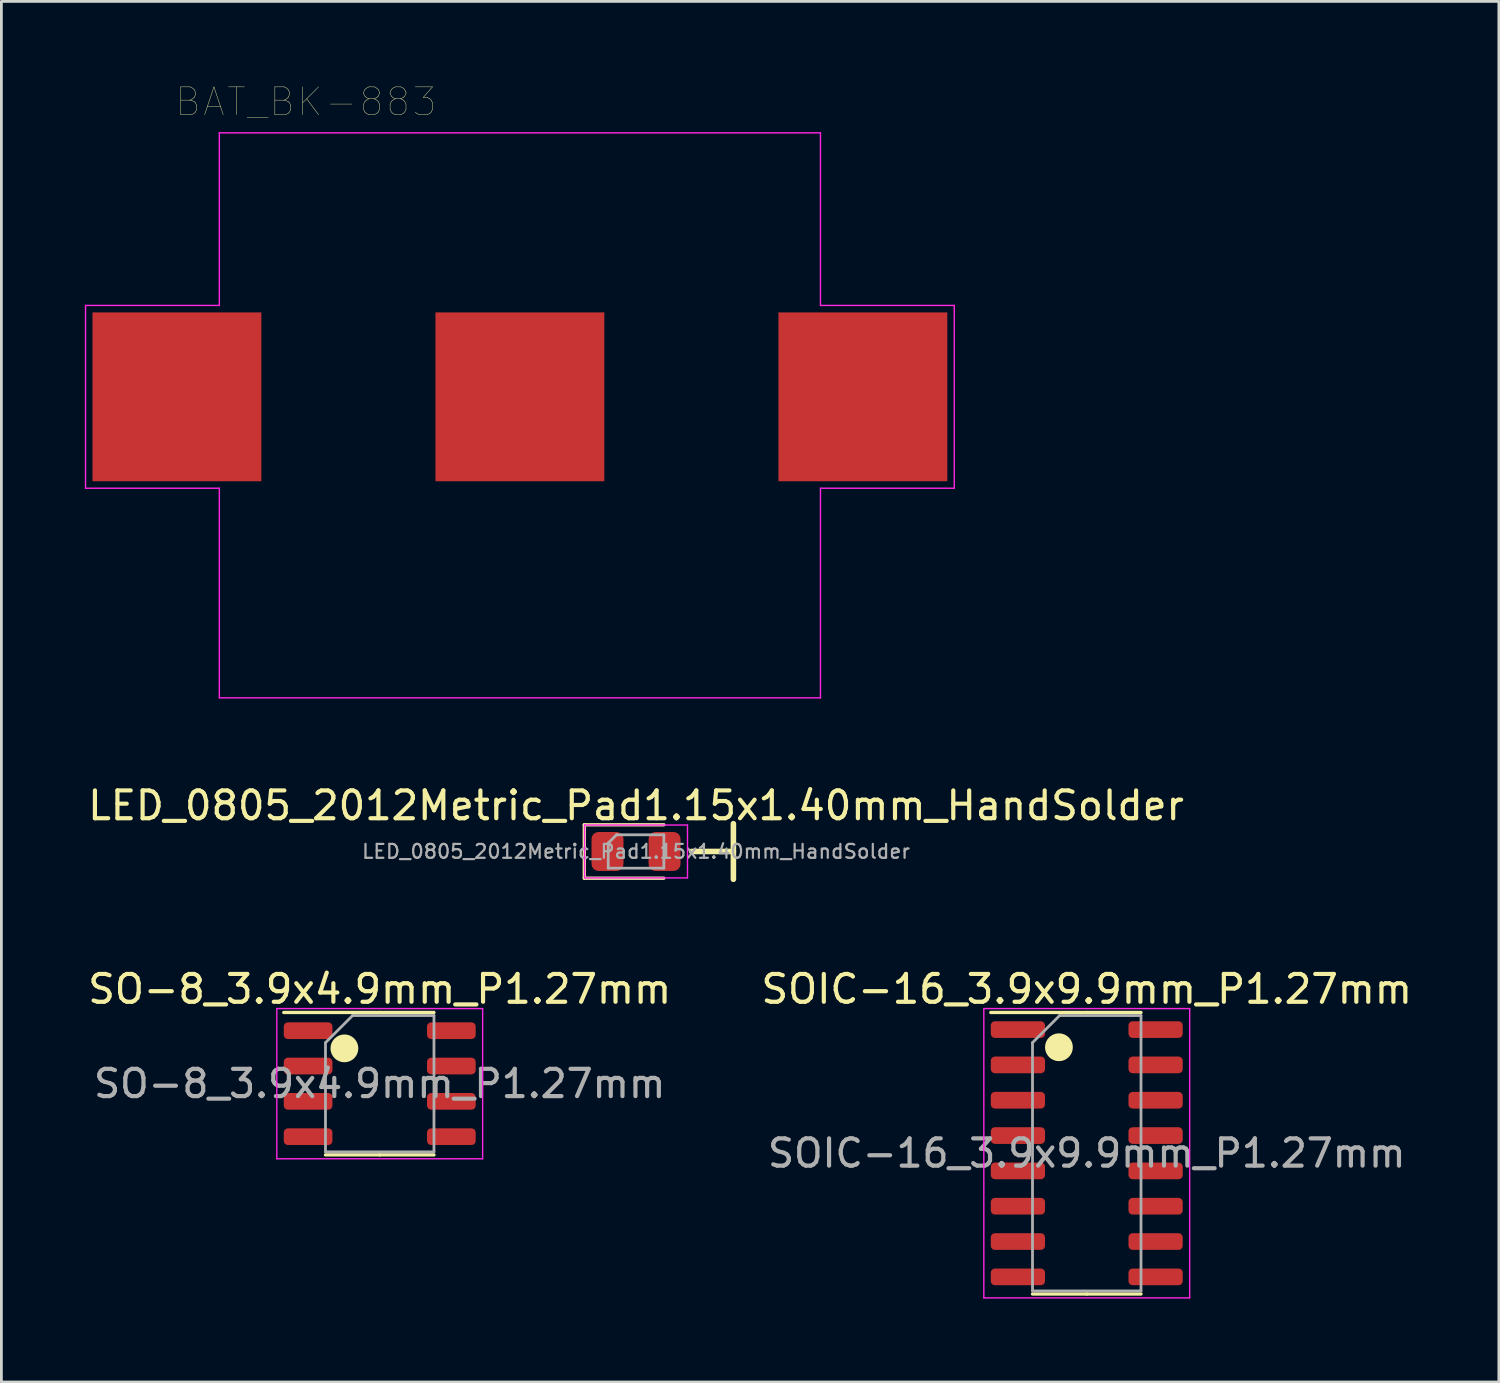
<source format=kicad_pcb>
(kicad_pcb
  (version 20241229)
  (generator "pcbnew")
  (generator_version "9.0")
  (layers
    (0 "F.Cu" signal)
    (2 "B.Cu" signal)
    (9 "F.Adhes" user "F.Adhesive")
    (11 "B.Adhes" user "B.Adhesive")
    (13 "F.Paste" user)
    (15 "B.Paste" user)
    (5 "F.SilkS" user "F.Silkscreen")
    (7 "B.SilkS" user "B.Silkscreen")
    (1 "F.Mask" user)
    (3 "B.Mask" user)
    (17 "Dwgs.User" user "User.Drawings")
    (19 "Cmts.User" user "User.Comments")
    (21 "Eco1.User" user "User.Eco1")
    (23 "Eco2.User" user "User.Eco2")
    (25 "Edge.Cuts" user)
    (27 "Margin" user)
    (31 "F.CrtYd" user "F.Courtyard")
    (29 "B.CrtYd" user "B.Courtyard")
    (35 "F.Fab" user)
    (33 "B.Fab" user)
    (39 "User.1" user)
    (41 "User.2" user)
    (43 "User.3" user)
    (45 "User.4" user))
  (footprint "SO-8_3.9x4.9mm_P1.27mm"
    (layer "F.Cu")
    (at 10.601 35.908)
    (property "Reference" "SO-8_3.9x4.9mm_P1.27mm" (at 0 -3.4 0) (layer "F.SilkS") (effects (font (size 1 1) (thickness 0.15))))
    (attr smd)
    (fp_line (start 0 -2.56) (end -3.45 -2.56) (stroke (width 0.12) (type solid)) (layer "F.SilkS"))
    (fp_line (start 0 -2.56) (end 1.95 -2.56) (stroke (width 0.12) (type solid)) (layer "F.SilkS"))
    (fp_line (start 0 2.56) (end -1.95 2.56) (stroke (width 0.12) (type solid)) (layer "F.SilkS"))
    (fp_line (start 0 2.56) (end 1.95 2.56) (stroke (width 0.12) (type solid)) (layer "F.SilkS"))
    (fp_circle (center -1.27 -1.27) (end -1.02 -1.27) (stroke (width 0.5) (type solid)) (fill no) (layer "F.SilkS"))
    (fp_line (start -3.7 -2.7) (end -3.7 2.7) (stroke (width 0.05) (type solid)) (layer "F.CrtYd"))
    (fp_line (start -3.7 2.7) (end 3.7 2.7) (stroke (width 0.05) (type solid)) (layer "F.CrtYd"))
    (fp_line (start 3.7 -2.7) (end -3.7 -2.7) (stroke (width 0.05) (type solid)) (layer "F.CrtYd"))
    (fp_line (start 3.7 2.7) (end 3.7 -2.7) (stroke (width 0.05) (type solid)) (layer "F.CrtYd"))
    (fp_line (start -1.95 -1.475) (end -0.975 -2.45) (stroke (width 0.1) (type solid)) (layer "F.Fab"))
    (fp_line (start -1.95 2.45) (end -1.95 -1.475) (stroke (width 0.1) (type solid)) (layer "F.Fab"))
    (fp_line (start -0.975 -2.45) (end 1.95 -2.45) (stroke (width 0.1) (type solid)) (layer "F.Fab"))
    (fp_line (start 1.95 -2.45) (end 1.95 2.45) (stroke (width 0.1) (type solid)) (layer "F.Fab"))
    (fp_line (start 1.95 2.45) (end -1.95 2.45) (stroke (width 0.1) (type solid)) (layer "F.Fab"))
    (fp_text user "${REFERENCE}" (at 0 0 0) (layer "F.Fab") (effects (font (size 0.98 0.98) (thickness 0.15))))
    (pad "1" smd roundrect (at -2.575 -1.905) (size 1.75 0.6) (layers "F.Cu" "F.Mask" "F.Paste") (roundrect_rratio 0.25))
    (pad "2" smd roundrect (at -2.575 -0.635) (size 1.75 0.6) (layers "F.Cu" "F.Mask" "F.Paste") (roundrect_rratio 0.25))
    (pad "3" smd roundrect (at -2.575 0.635) (size 1.75 0.6) (layers "F.Cu" "F.Mask" "F.Paste") (roundrect_rratio 0.25))
    (pad "4" smd roundrect (at -2.575 1.905) (size 1.75 0.6) (layers "F.Cu" "F.Mask" "F.Paste") (roundrect_rratio 0.25))
    (pad "5" smd roundrect (at 2.575 1.905) (size 1.75 0.6) (layers "F.Cu" "F.Mask" "F.Paste") (roundrect_rratio 0.25))
    (pad "6" smd roundrect (at 2.575 0.635) (size 1.75 0.6) (layers "F.Cu" "F.Mask" "F.Paste") (roundrect_rratio 0.25))
    (pad "7" smd roundrect (at 2.575 -0.635) (size 1.75 0.6) (layers "F.Cu" "F.Mask" "F.Paste") (roundrect_rratio 0.25))
    (pad "8" smd roundrect (at 2.575 -1.905) (size 1.75 0.6) (layers "F.Cu" "F.Mask" "F.Paste") (roundrect_rratio 0.25)))
  (footprint "BAT_BK-883"
    (layer "F.Cu")
    (at 15.64 11.216)
    (property "Reference" "BAT_BK-883" (at -7.69 -10.605 0) (layer "F.SilkS") (effects (font (size 1 1) (thickness 0.015))))
    (attr through_hole)
    (fp_line (start -15.615 -3.285) (end -15.615 3.285) (stroke (width 0.05) (type solid)) (layer "F.CrtYd"))
    (fp_line (start -15.615 3.285) (end -10.805 3.285) (stroke (width 0.05) (type solid)) (layer "F.CrtYd"))
    (fp_line (start -10.805 -9.49) (end -10.805 -3.285) (stroke (width 0.05) (type solid)) (layer "F.CrtYd"))
    (fp_line (start -10.805 -3.285) (end -15.615 -3.285) (stroke (width 0.05) (type solid)) (layer "F.CrtYd"))
    (fp_line (start -10.805 3.285) (end -10.805 10.82) (stroke (width 0.05) (type solid)) (layer "F.CrtYd"))
    (fp_line (start -10.805 10.82) (end 10.805 10.82) (stroke (width 0.05) (type solid)) (layer "F.CrtYd"))
    (fp_line (start 10.805 -9.49) (end -10.805 -9.49) (stroke (width 0.05) (type solid)) (layer "F.CrtYd"))
    (fp_line (start 10.805 -3.285) (end 10.805 -9.49) (stroke (width 0.05) (type solid)) (layer "F.CrtYd"))
    (fp_line (start 10.805 3.285) (end 15.615 3.285) (stroke (width 0.05) (type solid)) (layer "F.CrtYd"))
    (fp_line (start 10.805 10.82) (end 10.805 3.285) (stroke (width 0.05) (type solid)) (layer "F.CrtYd"))
    (fp_line (start 15.615 -3.285) (end 10.805 -3.285) (stroke (width 0.05) (type solid)) (layer "F.CrtYd"))
    (fp_line (start 15.615 3.285) (end 15.615 -3.285) (stroke (width 0.05) (type solid)) (layer "F.CrtYd"))
    (pad "-" smd rect (at 0 0) (size 6.07 6.07) (layers "F.Cu" "F.Mask"))
    (pad "S1+" smd rect (at -12.33 0) (size 6.07 6.07) (layers "F.Cu" "F.Mask" "F.Paste"))
    (pad "S2+" smd rect (at 12.33 0) (size 6.07 6.07) (layers "F.Cu" "F.Mask" "F.Paste")))
  (footprint "LED_0805_2012Metric_Pad1.15x1.40mm_HandSolder"
    (layer "F.Cu")
    (at 19.815 27.56)
    (property "Reference" "LED_0805_2012Metric_Pad1.15x1.40mm_HandSolder" (at 0 -1.65 0) (layer "F.SilkS") (effects (font (size 1 1) (thickness 0.15))))
    (attr smd)
    (fp_line (start -1.86 -0.96) (end -1.86 0.96) (stroke (width 0.12) (type solid)) (layer "F.SilkS"))
    (fp_line (start -1.86 0.96) (end 1 0.96) (stroke (width 0.12) (type solid)) (layer "F.SilkS"))
    (fp_line (start 1 -0.96) (end -1.86 -0.96) (stroke (width 0.12) (type solid)) (layer "F.SilkS"))
    (fp_line (start 2 0) (end 3.5 0) (stroke (width 0.2) (type solid)) (layer "F.SilkS"))
    (fp_line (start 3.5 -1) (end 3.5 1) (stroke (width 0.2) (type solid)) (layer "F.SilkS"))
    (fp_line (start -1.85 -0.95) (end 1.85 -0.95) (stroke (width 0.05) (type solid)) (layer "F.CrtYd"))
    (fp_line (start -1.85 0.95) (end -1.85 -0.95) (stroke (width 0.05) (type solid)) (layer "F.CrtYd"))
    (fp_line (start 1.85 -0.95) (end 1.85 0.95) (stroke (width 0.05) (type solid)) (layer "F.CrtYd"))
    (fp_line (start 1.85 0.95) (end -1.85 0.95) (stroke (width 0.05) (type solid)) (layer "F.CrtYd"))
    (fp_line (start -1 -0.3) (end -1 0.6) (stroke (width 0.1) (type solid)) (layer "F.Fab"))
    (fp_line (start -1 0.6) (end 1 0.6) (stroke (width 0.1) (type solid)) (layer "F.Fab"))
    (fp_line (start -0.7 -0.6) (end -1 -0.3) (stroke (width 0.1) (type solid)) (layer "F.Fab"))
    (fp_line (start 1 -0.6) (end -0.7 -0.6) (stroke (width 0.1) (type solid)) (layer "F.Fab"))
    (fp_line (start 1 0.6) (end 1 -0.6) (stroke (width 0.1) (type solid)) (layer "F.Fab"))
    (fp_text user "${REFERENCE}" (at 0 0 0) (layer "F.Fab") (effects (font (size 0.5 0.5) (thickness 0.08))))
    (pad "1" smd roundrect (at -1.025 0) (size 1.15 1.4) (layers "F.Cu" "F.Mask" "F.Paste") (roundrect_rratio 0.217))
    (pad "2" smd roundrect (at 1.025 0) (size 1.15 1.4) (layers "F.Cu" "F.Mask" "F.Paste") (roundrect_rratio 0.217)))
  (footprint "SOIC-16_3.9x9.9mm_P1.27mm"
    (layer "F.Cu")
    (at 36.018 38.408)
    (property "Reference" "SOIC-16_3.9x9.9mm_P1.27mm" (at 0 -5.9 0) (layer "F.SilkS") (effects (font (size 1 1) (thickness 0.15))))
    (attr smd)
    (fp_line (start 0 -5.06) (end -3.45 -5.06) (stroke (width 0.12) (type solid)) (layer "F.SilkS"))
    (fp_line (start 0 -5.06) (end 1.95 -5.06) (stroke (width 0.12) (type solid)) (layer "F.SilkS"))
    (fp_line (start 0 5.06) (end -1.95 5.06) (stroke (width 0.12) (type solid)) (layer "F.SilkS"))
    (fp_line (start 0 5.06) (end 1.95 5.06) (stroke (width 0.12) (type solid)) (layer "F.SilkS"))
    (fp_circle (center -1 -3.81) (end -0.75 -3.81) (stroke (width 0.5) (type solid)) (fill no) (layer "F.SilkS"))
    (fp_line (start -3.7 -5.2) (end -3.7 5.2) (stroke (width 0.05) (type solid)) (layer "F.CrtYd"))
    (fp_line (start -3.7 5.2) (end 3.7 5.2) (stroke (width 0.05) (type solid)) (layer "F.CrtYd"))
    (fp_line (start 3.7 -5.2) (end -3.7 -5.2) (stroke (width 0.05) (type solid)) (layer "F.CrtYd"))
    (fp_line (start 3.7 5.2) (end 3.7 -5.2) (stroke (width 0.05) (type solid)) (layer "F.CrtYd"))
    (fp_line (start -1.95 -3.975) (end -0.975 -4.95) (stroke (width 0.1) (type solid)) (layer "F.Fab"))
    (fp_line (start -1.95 4.95) (end -1.95 -3.975) (stroke (width 0.1) (type solid)) (layer "F.Fab"))
    (fp_line (start -0.975 -4.95) (end 1.95 -4.95) (stroke (width 0.1) (type solid)) (layer "F.Fab"))
    (fp_line (start 1.95 -4.95) (end 1.95 4.95) (stroke (width 0.1) (type solid)) (layer "F.Fab"))
    (fp_line (start 1.95 4.95) (end -1.95 4.95) (stroke (width 0.1) (type solid)) (layer "F.Fab"))
    (fp_text user "${REFERENCE}" (at 0 0 0) (layer "F.Fab") (effects (font (size 0.98 0.98) (thickness 0.15))))
    (pad "1" smd roundrect (at -2.475 -4.445) (size 1.95 0.6) (layers "F.Cu" "F.Mask" "F.Paste") (roundrect_rratio 0.25))
    (pad "2" smd roundrect (at -2.475 -3.175) (size 1.95 0.6) (layers "F.Cu" "F.Mask" "F.Paste") (roundrect_rratio 0.25))
    (pad "3" smd roundrect (at -2.475 -1.905) (size 1.95 0.6) (layers "F.Cu" "F.Mask" "F.Paste") (roundrect_rratio 0.25))
    (pad "4" smd roundrect (at -2.475 -0.635) (size 1.95 0.6) (layers "F.Cu" "F.Mask" "F.Paste") (roundrect_rratio 0.25))
    (pad "5" smd roundrect (at -2.475 0.635) (size 1.95 0.6) (layers "F.Cu" "F.Mask" "F.Paste") (roundrect_rratio 0.25))
    (pad "6" smd roundrect (at -2.475 1.905) (size 1.95 0.6) (layers "F.Cu" "F.Mask" "F.Paste") (roundrect_rratio 0.25))
    (pad "7" smd roundrect (at -2.475 3.175) (size 1.95 0.6) (layers "F.Cu" "F.Mask" "F.Paste") (roundrect_rratio 0.25))
    (pad "8" smd roundrect (at -2.475 4.445) (size 1.95 0.6) (layers "F.Cu" "F.Mask" "F.Paste") (roundrect_rratio 0.25))
    (pad "9" smd roundrect (at 2.475 4.445) (size 1.95 0.6) (layers "F.Cu" "F.Mask" "F.Paste") (roundrect_rratio 0.25))
    (pad "10" smd roundrect (at 2.475 3.175) (size 1.95 0.6) (layers "F.Cu" "F.Mask" "F.Paste") (roundrect_rratio 0.25))
    (pad "11" smd roundrect (at 2.475 1.905) (size 1.95 0.6) (layers "F.Cu" "F.Mask" "F.Paste") (roundrect_rratio 0.25))
    (pad "12" smd roundrect (at 2.475 0.635) (size 1.95 0.6) (layers "F.Cu" "F.Mask" "F.Paste") (roundrect_rratio 0.25))
    (pad "13" smd roundrect (at 2.475 -0.635) (size 1.95 0.6) (layers "F.Cu" "F.Mask" "F.Paste") (roundrect_rratio 0.25))
    (pad "14" smd roundrect (at 2.475 -1.905) (size 1.95 0.6) (layers "F.Cu" "F.Mask" "F.Paste") (roundrect_rratio 0.25))
    (pad "15" smd roundrect (at 2.475 -3.175) (size 1.95 0.6) (layers "F.Cu" "F.Mask" "F.Paste") (roundrect_rratio 0.25))
    (pad "16" smd roundrect (at 2.475 -4.445) (size 1.95 0.6) (layers "F.Cu" "F.Mask" "F.Paste") (roundrect_rratio 0.25)))
  (gr_rect
    (start -3 -3)
    (end 50.833 46.633)
    (stroke (width 0.1) (type default))
    (fill no)
    (layer "Edge.Cuts")))
</source>
